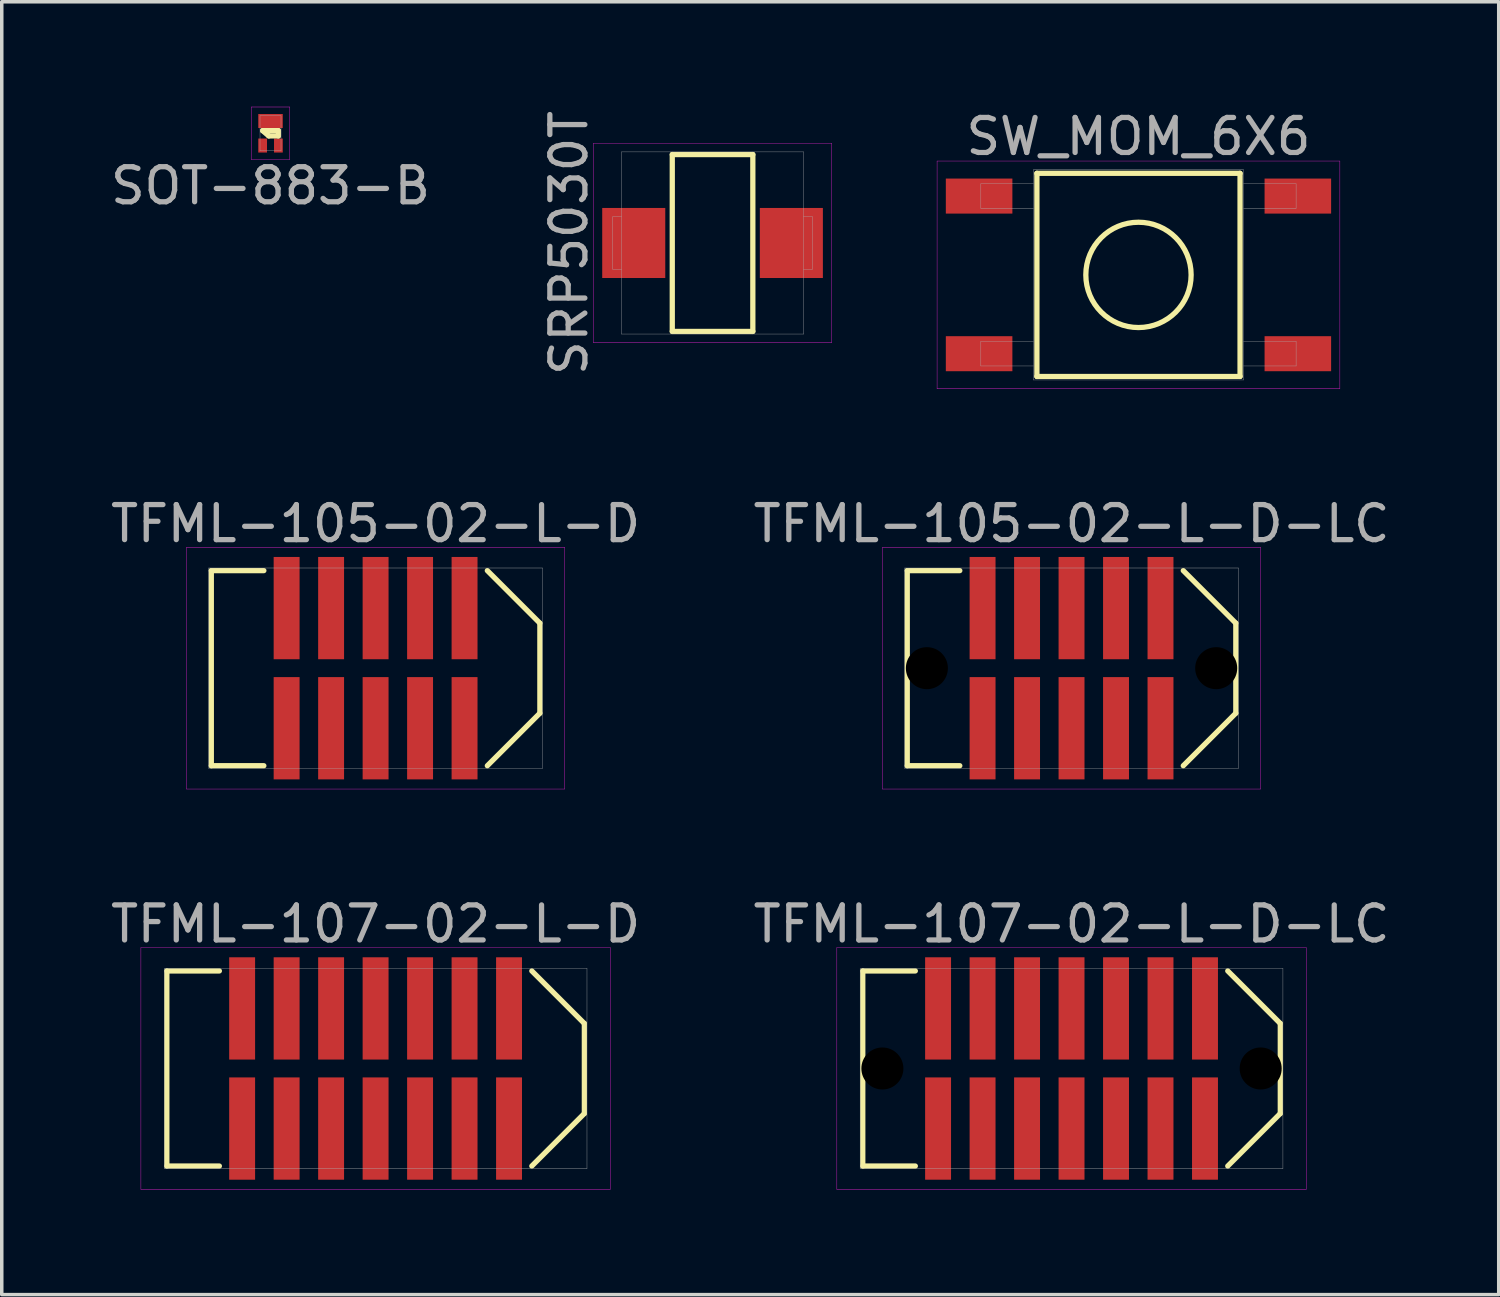
<source format=kicad_pcb>
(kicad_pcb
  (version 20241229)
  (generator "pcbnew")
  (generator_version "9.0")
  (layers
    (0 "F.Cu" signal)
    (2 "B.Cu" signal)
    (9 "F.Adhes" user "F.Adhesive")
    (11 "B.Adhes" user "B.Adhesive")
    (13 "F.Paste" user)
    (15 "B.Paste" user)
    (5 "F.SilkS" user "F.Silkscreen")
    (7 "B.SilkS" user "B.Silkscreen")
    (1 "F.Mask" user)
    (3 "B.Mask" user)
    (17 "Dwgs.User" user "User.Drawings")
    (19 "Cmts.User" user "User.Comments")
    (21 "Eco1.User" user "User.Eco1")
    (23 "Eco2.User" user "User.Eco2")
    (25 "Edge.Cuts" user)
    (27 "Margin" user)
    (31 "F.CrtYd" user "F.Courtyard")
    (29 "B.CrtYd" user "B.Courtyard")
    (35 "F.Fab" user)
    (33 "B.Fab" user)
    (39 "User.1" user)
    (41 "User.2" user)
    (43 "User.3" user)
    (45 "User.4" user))
  (footprint "SRP5030T"
    (layer "F.Cu")
    (at 17.293 3.887)
    (property "Reference" "SRP5030T" (at -4.1 0 90) (layer "F.Fab") (effects (font (size 1 1) (thickness 0.15))))
    (attr smd)
    (fp_line (start -1.15 -2.525) (end 1.15 -2.525) (stroke (width 0.15) (type solid)) (layer "F.SilkS"))
    (fp_line (start -1.15 2.525) (end -1.15 -2.525) (stroke (width 0.15) (type solid)) (layer "F.SilkS"))
    (fp_line (start 1.15 -2.525) (end 1.15 2.525) (stroke (width 0.15) (type solid)) (layer "F.SilkS"))
    (fp_line (start 1.15 2.525) (end -1.15 2.525) (stroke (width 0.15) (type solid)) (layer "F.SilkS"))
    (fp_line (start -3.4 -2.85) (end 3.4 -2.85) (stroke (width 0.01) (type solid)) (layer "F.CrtYd"))
    (fp_line (start -3.4 2.85) (end -3.4 -2.85) (stroke (width 0.01) (type solid)) (layer "F.CrtYd"))
    (fp_line (start 3.4 -2.85) (end 3.4 2.85) (stroke (width 0.01) (type solid)) (layer "F.CrtYd"))
    (fp_line (start 3.4 2.85) (end -3.4 2.85) (stroke (width 0.01) (type solid)) (layer "F.CrtYd"))
    (fp_line (start -2.85 -0.75) (end -2.85 0.75) (stroke (width 0.01) (type solid)) (layer "F.Fab"))
    (fp_line (start -2.85 -0.75) (end -2.6 -0.75) (stroke (width 0.01) (type solid)) (layer "F.Fab"))
    (fp_line (start -2.85 0.75) (end -2.6 0.75) (stroke (width 0.01) (type solid)) (layer "F.Fab"))
    (fp_line (start -2.6 -2.6) (end 2.6 -2.6) (stroke (width 0.01) (type solid)) (layer "F.Fab"))
    (fp_line (start -2.6 2.6) (end -2.6 -2.6) (stroke (width 0.01) (type solid)) (layer "F.Fab"))
    (fp_line (start 2.6 -2.6) (end 2.6 2.6) (stroke (width 0.01) (type solid)) (layer "F.Fab"))
    (fp_line (start 2.6 2.6) (end -2.6 2.6) (stroke (width 0.01) (type solid)) (layer "F.Fab"))
    (fp_line (start 2.85 -0.75) (end 2.6 -0.75) (stroke (width 0.01) (type solid)) (layer "F.Fab"))
    (fp_line (start 2.85 -0.75) (end 2.85 0.75) (stroke (width 0.01) (type solid)) (layer "F.Fab"))
    (fp_line (start 2.85 0.75) (end 2.6 0.75) (stroke (width 0.01) (type solid)) (layer "F.Fab"))
    (pad "1" smd rect (at -2.25 0) (size 1.8 2) (layers "F.Cu" "F.Mask" "F.Paste"))
    (pad "2" smd rect (at 2.25 0) (size 1.8 2) (layers "F.Cu" "F.Mask" "F.Paste")))
  (footprint "SOT-883-B"
    (layer "F.Cu")
    (at 4.673 0.755)
    (property "Reference" "SOT-883-B" (at 0 1.5 0) (layer "F.Fab") (effects (font (size 1 1) (thickness 0.15))))
    (attr through_hole)
    (fp_line (start -0.225 -0.075) (end -0.05 0.075) (stroke (width 0.15) (type solid)) (layer "F.SilkS"))
    (fp_line (start -0.05 0.075) (end 0.225 0.075) (stroke (width 0.15) (type solid)) (layer "F.SilkS"))
    (fp_line (start 0.225 -0.075) (end -0.225 -0.075) (stroke (width 0.15) (type solid)) (layer "F.SilkS"))
    (fp_line (start 0.225 0.075) (end 0.225 -0.075) (stroke (width 0.15) (type solid)) (layer "F.SilkS"))
    (fp_line (start -0.55 -0.75) (end 0.55 -0.75) (stroke (width 0.01) (type solid)) (layer "F.CrtYd"))
    (fp_line (start -0.55 0.75) (end -0.55 -0.75) (stroke (width 0.01) (type solid)) (layer "F.CrtYd"))
    (fp_line (start 0.55 -0.75) (end 0.55 0.75) (stroke (width 0.01) (type solid)) (layer "F.CrtYd"))
    (fp_line (start 0.55 0.75) (end -0.55 0.75) (stroke (width 0.01) (type solid)) (layer "F.CrtYd"))
    (fp_line (start -0.3 -0.5) (end 0.3 -0.5) (stroke (width 0.01) (type solid)) (layer "F.Fab"))
    (fp_line (start -0.3 0.5) (end -0.3 -0.5) (stroke (width 0.01) (type solid)) (layer "F.Fab"))
    (fp_line (start 0.3 -0.5) (end 0.3 0.5) (stroke (width 0.01) (type solid)) (layer "F.Fab"))
    (fp_line (start 0.3 0.5) (end -0.3 0.5) (stroke (width 0.01) (type solid)) (layer "F.Fab"))
    (pad "D" smd rect (at 0 -0.35) (size 0.7 0.4) (layers "F.Cu" "F.Mask" "F.Paste"))
    (pad "G" smd rect (at -0.225 0.35) (size 0.25 0.4) (layers "F.Cu" "F.Mask" "F.Paste"))
    (pad "S" smd rect (at 0.225 0.35) (size 0.25 0.4) (layers "F.Cu" "F.Mask" "F.Paste")))
  (footprint "TFML-105-02-L-D-LC"
    (layer "F.Cu")
    (at 27.542 16.026)
    (property "Reference" "TFML-105-02-L-D-LC" (at 0 -4.125 0) (layer "F.Fab") (effects (font (size 1 1) (thickness 0.15))))
    (attr smd)
    (fp_line (start -4.69 -2.785) (end -4.69 2.785) (stroke (width 0.15) (type solid)) (layer "F.SilkS"))
    (fp_line (start -4.69 2.785) (end -3.19 2.785) (stroke (width 0.15) (type solid)) (layer "F.SilkS"))
    (fp_line (start -3.19 -2.785) (end -4.69 -2.785) (stroke (width 0.15) (type solid)) (layer "F.SilkS"))
    (fp_line (start 3.19 2.785) (end 4.69 1.285) (stroke (width 0.15) (type solid)) (layer "F.SilkS"))
    (fp_line (start 4.69 -1.285) (end 3.19 -2.785) (stroke (width 0.15) (type solid)) (layer "F.SilkS"))
    (fp_line (start 4.69 1.285) (end 4.69 -1.285) (stroke (width 0.15) (type solid)) (layer "F.SilkS"))
    (fp_line (start -5.4 -3.45) (end 5.4 -3.45) (stroke (width 0.01) (type solid)) (layer "F.CrtYd"))
    (fp_line (start -5.4 3.45) (end -5.4 -3.45) (stroke (width 0.01) (type solid)) (layer "F.CrtYd"))
    (fp_line (start 5.4 -3.45) (end 5.4 3.45) (stroke (width 0.01) (type solid)) (layer "F.CrtYd"))
    (fp_line (start 5.4 3.45) (end -5.4 3.45) (stroke (width 0.01) (type solid)) (layer "F.CrtYd"))
    (fp_line (start -4.765 -2.86) (end 4.765 -2.86) (stroke (width 0.01) (type solid)) (layer "F.Fab"))
    (fp_line (start -4.765 2.86) (end -4.765 -2.86) (stroke (width 0.01) (type solid)) (layer "F.Fab"))
    (fp_line (start 4.765 -2.86) (end 4.765 2.86) (stroke (width 0.01) (type solid)) (layer "F.Fab"))
    (fp_line (start 4.765 2.86) (end -4.765 2.86) (stroke (width 0.01) (type solid)) (layer "F.Fab"))
    (pad "" np_thru_hole circle (at -4.13 0) (size 1.2 1.2) (drill 1.2) (layers "*.Mask"))
    (pad "" np_thru_hole circle (at 4.13 0) (size 1.2 1.2) (drill 1.2) (layers "*.Mask"))
    (pad "1" smd rect (at -2.54 1.715) (size 0.74 2.92) (layers "F.Cu" "F.Mask" "F.Paste"))
    (pad "2" smd rect (at -2.54 -1.715) (size 0.74 2.92) (layers "F.Cu" "F.Mask" "F.Paste"))
    (pad "3" smd rect (at -1.27 1.715) (size 0.74 2.92) (layers "F.Cu" "F.Mask" "F.Paste"))
    (pad "4" smd rect (at -1.27 -1.715) (size 0.74 2.92) (layers "F.Cu" "F.Mask" "F.Paste"))
    (pad "5" smd rect (at 0 1.715) (size 0.74 2.92) (layers "F.Cu" "F.Mask" "F.Paste"))
    (pad "6" smd rect (at 0 -1.715) (size 0.74 2.92) (layers "F.Cu" "F.Mask" "F.Paste"))
    (pad "7" smd rect (at 1.27 1.715) (size 0.74 2.92) (layers "F.Cu" "F.Mask" "F.Paste"))
    (pad "8" smd rect (at 1.27 -1.715) (size 0.74 2.92) (layers "F.Cu" "F.Mask" "F.Paste"))
    (pad "9" smd rect (at 2.54 1.715) (size 0.74 2.92) (layers "F.Cu" "F.Mask" "F.Paste"))
    (pad "10" smd rect (at 2.54 -1.715) (size 0.74 2.92) (layers "F.Cu" "F.Mask" "F.Paste")))
  (footprint "TFML-107-02-L-D-LC"
    (layer "F.Cu")
    (at 27.542 27.455)
    (property "Reference" "TFML-107-02-L-D-LC" (at 0 -4.125 0) (layer "F.Fab") (effects (font (size 1 1) (thickness 0.15))))
    (attr smd)
    (fp_line (start -5.96 -2.785) (end -5.96 2.785) (stroke (width 0.15) (type solid)) (layer "F.SilkS"))
    (fp_line (start -5.96 2.785) (end -4.46 2.785) (stroke (width 0.15) (type solid)) (layer "F.SilkS"))
    (fp_line (start -4.46 -2.785) (end -5.96 -2.785) (stroke (width 0.15) (type solid)) (layer "F.SilkS"))
    (fp_line (start 4.46 2.785) (end 5.96 1.285) (stroke (width 0.15) (type solid)) (layer "F.SilkS"))
    (fp_line (start 5.96 -1.285) (end 4.46 -2.785) (stroke (width 0.15) (type solid)) (layer "F.SilkS"))
    (fp_line (start 5.96 1.285) (end 5.96 -1.285) (stroke (width 0.15) (type solid)) (layer "F.SilkS"))
    (fp_line (start -6.7 -3.45) (end 6.7 -3.45) (stroke (width 0.01) (type solid)) (layer "F.CrtYd"))
    (fp_line (start -6.7 3.45) (end -6.7 -3.45) (stroke (width 0.01) (type solid)) (layer "F.CrtYd"))
    (fp_line (start 6.7 -3.45) (end 6.7 3.45) (stroke (width 0.01) (type solid)) (layer "F.CrtYd"))
    (fp_line (start 6.7 3.45) (end -6.7 3.45) (stroke (width 0.01) (type solid)) (layer "F.CrtYd"))
    (fp_line (start -6.035 -2.86) (end 6.035 -2.86) (stroke (width 0.01) (type solid)) (layer "F.Fab"))
    (fp_line (start -6.035 2.86) (end -6.035 -2.86) (stroke (width 0.01) (type solid)) (layer "F.Fab"))
    (fp_line (start 6.035 -2.86) (end 6.035 2.86) (stroke (width 0.01) (type solid)) (layer "F.Fab"))
    (fp_line (start 6.035 2.86) (end -6.035 2.86) (stroke (width 0.01) (type solid)) (layer "F.Fab"))
    (pad "" np_thru_hole circle (at -5.4 0) (size 1.2 1.2) (drill 1.2) (layers "*.Mask"))
    (pad "" np_thru_hole circle (at 5.4 0) (size 1.2 1.2) (drill 1.2) (layers "*.Mask"))
    (pad "1" smd rect (at -3.81 1.715) (size 0.74 2.92) (layers "F.Cu" "F.Mask" "F.Paste"))
    (pad "2" smd rect (at -3.81 -1.715) (size 0.74 2.92) (layers "F.Cu" "F.Mask" "F.Paste"))
    (pad "3" smd rect (at -2.54 1.715) (size 0.74 2.92) (layers "F.Cu" "F.Mask" "F.Paste"))
    (pad "4" smd rect (at -2.54 -1.715) (size 0.74 2.92) (layers "F.Cu" "F.Mask" "F.Paste"))
    (pad "5" smd rect (at -1.27 1.715) (size 0.74 2.92) (layers "F.Cu" "F.Mask" "F.Paste"))
    (pad "6" smd rect (at -1.27 -1.715) (size 0.74 2.92) (layers "F.Cu" "F.Mask" "F.Paste"))
    (pad "7" smd rect (at 0 1.715) (size 0.74 2.92) (layers "F.Cu" "F.Mask" "F.Paste"))
    (pad "8" smd rect (at 0 -1.715) (size 0.74 2.92) (layers "F.Cu" "F.Mask" "F.Paste"))
    (pad "9" smd rect (at 1.27 1.715) (size 0.74 2.92) (layers "F.Cu" "F.Mask" "F.Paste"))
    (pad "10" smd rect (at 1.27 -1.715) (size 0.74 2.92) (layers "F.Cu" "F.Mask" "F.Paste"))
    (pad "11" smd rect (at 2.54 1.715) (size 0.74 2.92) (layers "F.Cu" "F.Mask" "F.Paste"))
    (pad "12" smd rect (at 2.54 -1.715) (size 0.74 2.92) (layers "F.Cu" "F.Mask" "F.Paste"))
    (pad "13" smd rect (at 3.81 1.715) (size 0.74 2.92) (layers "F.Cu" "F.Mask" "F.Paste"))
    (pad "14" smd rect (at 3.81 -1.715) (size 0.74 2.92) (layers "F.Cu" "F.Mask" "F.Paste")))
  (footprint "TFML-105-02-L-D"
    (layer "F.Cu")
    (at 7.673 16.026)
    (property "Reference" "TFML-105-02-L-D" (at 0 -4.125 0) (layer "F.Fab") (effects (font (size 1 1) (thickness 0.15))))
    (attr smd)
    (fp_line (start -4.69 -2.785) (end -4.69 2.785) (stroke (width 0.15) (type solid)) (layer "F.SilkS"))
    (fp_line (start -4.69 2.785) (end -3.19 2.785) (stroke (width 0.15) (type solid)) (layer "F.SilkS"))
    (fp_line (start -3.19 -2.785) (end -4.69 -2.785) (stroke (width 0.15) (type solid)) (layer "F.SilkS"))
    (fp_line (start 3.19 2.785) (end 4.69 1.285) (stroke (width 0.15) (type solid)) (layer "F.SilkS"))
    (fp_line (start 4.69 -1.285) (end 3.19 -2.785) (stroke (width 0.15) (type solid)) (layer "F.SilkS"))
    (fp_line (start 4.69 1.285) (end 4.69 -1.285) (stroke (width 0.15) (type solid)) (layer "F.SilkS"))
    (fp_line (start -5.4 -3.45) (end 5.4 -3.45) (stroke (width 0.01) (type solid)) (layer "F.CrtYd"))
    (fp_line (start -5.4 3.45) (end -5.4 -3.45) (stroke (width 0.01) (type solid)) (layer "F.CrtYd"))
    (fp_line (start 5.4 -3.45) (end 5.4 3.45) (stroke (width 0.01) (type solid)) (layer "F.CrtYd"))
    (fp_line (start 5.4 3.45) (end -5.4 3.45) (stroke (width 0.01) (type solid)) (layer "F.CrtYd"))
    (fp_line (start -4.765 -2.86) (end 4.765 -2.86) (stroke (width 0.01) (type solid)) (layer "F.Fab"))
    (fp_line (start -4.765 2.86) (end -4.765 -2.86) (stroke (width 0.01) (type solid)) (layer "F.Fab"))
    (fp_line (start 4.765 -2.86) (end 4.765 2.86) (stroke (width 0.01) (type solid)) (layer "F.Fab"))
    (fp_line (start 4.765 2.86) (end -4.765 2.86) (stroke (width 0.01) (type solid)) (layer "F.Fab"))
    (pad "1" smd rect (at -2.54 1.715) (size 0.74 2.92) (layers "F.Cu" "F.Mask" "F.Paste"))
    (pad "2" smd rect (at -2.54 -1.715) (size 0.74 2.92) (layers "F.Cu" "F.Mask" "F.Paste"))
    (pad "3" smd rect (at -1.27 1.715) (size 0.74 2.92) (layers "F.Cu" "F.Mask" "F.Paste"))
    (pad "4" smd rect (at -1.27 -1.715) (size 0.74 2.92) (layers "F.Cu" "F.Mask" "F.Paste"))
    (pad "5" smd rect (at 0 1.715) (size 0.74 2.92) (layers "F.Cu" "F.Mask" "F.Paste"))
    (pad "6" smd rect (at 0 -1.715) (size 0.74 2.92) (layers "F.Cu" "F.Mask" "F.Paste"))
    (pad "7" smd rect (at 1.27 1.715) (size 0.74 2.92) (layers "F.Cu" "F.Mask" "F.Paste"))
    (pad "8" smd rect (at 1.27 -1.715) (size 0.74 2.92) (layers "F.Cu" "F.Mask" "F.Paste"))
    (pad "9" smd rect (at 2.54 1.715) (size 0.74 2.92) (layers "F.Cu" "F.Mask" "F.Paste"))
    (pad "10" smd rect (at 2.54 -1.715) (size 0.74 2.92) (layers "F.Cu" "F.Mask" "F.Paste")))
  (footprint "SW_MOM_6X6"
    (layer "F.Cu")
    (at 29.453 4.798)
    (property "Reference" "SW_MOM_6X6" (at 0 -3.95 0) (layer "F.Fab") (effects (font (size 1 1) (thickness 0.15))))
    (attr through_hole)
    (fp_line (start -2.9 -2.9) (end -2.9 2.9) (stroke (width 0.15) (type solid)) (layer "F.SilkS"))
    (fp_line (start -2.9 2.9) (end 2.9 2.9) (stroke (width 0.15) (type solid)) (layer "F.SilkS"))
    (fp_line (start 2.9 -2.9) (end -2.9 -2.9) (stroke (width 0.15) (type solid)) (layer "F.SilkS"))
    (fp_line (start 2.9 2.9) (end 2.9 -2.9) (stroke (width 0.15) (type solid)) (layer "F.SilkS"))
    (fp_circle (center 0 0) (end 1.5 -0.1) (stroke (width 0.15) (type solid)) (fill no) (layer "F.SilkS"))
    (fp_line (start -5.75 -3.25) (end 5.75 -3.25) (stroke (width 0.01) (type solid)) (layer "F.CrtYd"))
    (fp_line (start -5.75 3.25) (end -5.75 -3.25) (stroke (width 0.01) (type solid)) (layer "F.CrtYd"))
    (fp_line (start 5.75 -3.25) (end 5.75 3.25) (stroke (width 0.01) (type solid)) (layer "F.CrtYd"))
    (fp_line (start 5.75 3.25) (end -5.75 3.25) (stroke (width 0.01) (type solid)) (layer "F.CrtYd"))
    (fp_line (start -4.5 -2.6) (end -3 -2.6) (stroke (width 0.01) (type solid)) (layer "F.Fab"))
    (fp_line (start -4.5 -1.9) (end -4.5 -2.6) (stroke (width 0.01) (type solid)) (layer "F.Fab"))
    (fp_line (start -4.5 1.9) (end -3 1.9) (stroke (width 0.01) (type solid)) (layer "F.Fab"))
    (fp_line (start -4.5 2.6) (end -4.5 1.9) (stroke (width 0.01) (type solid)) (layer "F.Fab"))
    (fp_line (start -3 -3) (end 3 -3) (stroke (width 0.01) (type solid)) (layer "F.Fab"))
    (fp_line (start -3 -1.9) (end -4.5 -1.9) (stroke (width 0.01) (type solid)) (layer "F.Fab"))
    (fp_line (start -3 2.6) (end -4.5 2.6) (stroke (width 0.01) (type solid)) (layer "F.Fab"))
    (fp_line (start -3 3) (end -3 -3) (stroke (width 0.01) (type solid)) (layer "F.Fab"))
    (fp_line (start 3 -3) (end 3 3) (stroke (width 0.01) (type solid)) (layer "F.Fab"))
    (fp_line (start 3 -2.6) (end 4.5 -2.6) (stroke (width 0.01) (type solid)) (layer "F.Fab"))
    (fp_line (start 3 1.9) (end 4.5 1.9) (stroke (width 0.01) (type solid)) (layer "F.Fab"))
    (fp_line (start 3 3) (end -3 3) (stroke (width 0.01) (type solid)) (layer "F.Fab"))
    (fp_line (start 4.5 -2.6) (end 4.5 -1.9) (stroke (width 0.01) (type solid)) (layer "F.Fab"))
    (fp_line (start 4.5 -1.9) (end 3 -1.9) (stroke (width 0.01) (type solid)) (layer "F.Fab"))
    (fp_line (start 4.5 1.9) (end 4.5 2.6) (stroke (width 0.01) (type solid)) (layer "F.Fab"))
    (fp_line (start 4.5 2.6) (end 3 2.6) (stroke (width 0.01) (type solid)) (layer "F.Fab"))
    (pad "1" smd rect (at -4.55 -2.25) (size 1.9 1) (layers "F.Cu" "F.Mask" "F.Paste"))
    (pad "1" smd rect (at 4.55 -2.25) (size 1.9 1) (layers "F.Cu" "F.Mask" "F.Paste"))
    (pad "2" smd rect (at -4.55 2.25) (size 1.9 1) (layers "F.Cu" "F.Mask" "F.Paste"))
    (pad "2" smd rect (at 4.55 2.25) (size 1.9 1) (layers "F.Cu" "F.Mask" "F.Paste")))
  (footprint "TFML-107-02-L-D"
    (layer "F.Cu")
    (at 7.673 27.455)
    (property "Reference" "TFML-107-02-L-D" (at 0 -4.125 0) (layer "F.Fab") (effects (font (size 1 1) (thickness 0.15))))
    (attr smd)
    (fp_line (start -5.96 -2.785) (end -5.96 2.785) (stroke (width 0.15) (type solid)) (layer "F.SilkS"))
    (fp_line (start -5.96 2.785) (end -4.46 2.785) (stroke (width 0.15) (type solid)) (layer "F.SilkS"))
    (fp_line (start -4.46 -2.785) (end -5.96 -2.785) (stroke (width 0.15) (type solid)) (layer "F.SilkS"))
    (fp_line (start 4.46 2.785) (end 5.96 1.285) (stroke (width 0.15) (type solid)) (layer "F.SilkS"))
    (fp_line (start 5.96 -1.285) (end 4.46 -2.785) (stroke (width 0.15) (type solid)) (layer "F.SilkS"))
    (fp_line (start 5.96 1.285) (end 5.96 -1.285) (stroke (width 0.15) (type solid)) (layer "F.SilkS"))
    (fp_line (start -6.7 -3.45) (end 6.7 -3.45) (stroke (width 0.01) (type solid)) (layer "F.CrtYd"))
    (fp_line (start -6.7 3.45) (end -6.7 -3.45) (stroke (width 0.01) (type solid)) (layer "F.CrtYd"))
    (fp_line (start 6.7 -3.45) (end 6.7 3.45) (stroke (width 0.01) (type solid)) (layer "F.CrtYd"))
    (fp_line (start 6.7 3.45) (end -6.7 3.45) (stroke (width 0.01) (type solid)) (layer "F.CrtYd"))
    (fp_line (start -6.035 -2.86) (end 6.035 -2.86) (stroke (width 0.01) (type solid)) (layer "F.Fab"))
    (fp_line (start -6.035 2.86) (end -6.035 -2.86) (stroke (width 0.01) (type solid)) (layer "F.Fab"))
    (fp_line (start 6.035 -2.86) (end 6.035 2.86) (stroke (width 0.01) (type solid)) (layer "F.Fab"))
    (fp_line (start 6.035 2.86) (end -6.035 2.86) (stroke (width 0.01) (type solid)) (layer "F.Fab"))
    (pad "1" smd rect (at -3.81 1.715) (size 0.74 2.92) (layers "F.Cu" "F.Mask" "F.Paste"))
    (pad "2" smd rect (at -3.81 -1.715) (size 0.74 2.92) (layers "F.Cu" "F.Mask" "F.Paste"))
    (pad "3" smd rect (at -2.54 1.715) (size 0.74 2.92) (layers "F.Cu" "F.Mask" "F.Paste"))
    (pad "4" smd rect (at -2.54 -1.715) (size 0.74 2.92) (layers "F.Cu" "F.Mask" "F.Paste"))
    (pad "5" smd rect (at -1.27 1.715) (size 0.74 2.92) (layers "F.Cu" "F.Mask" "F.Paste"))
    (pad "6" smd rect (at -1.27 -1.715) (size 0.74 2.92) (layers "F.Cu" "F.Mask" "F.Paste"))
    (pad "7" smd rect (at 0 1.715) (size 0.74 2.92) (layers "F.Cu" "F.Mask" "F.Paste"))
    (pad "8" smd rect (at 0 -1.715) (size 0.74 2.92) (layers "F.Cu" "F.Mask" "F.Paste"))
    (pad "9" smd rect (at 1.27 1.715) (size 0.74 2.92) (layers "F.Cu" "F.Mask" "F.Paste"))
    (pad "10" smd rect (at 1.27 -1.715) (size 0.74 2.92) (layers "F.Cu" "F.Mask" "F.Paste"))
    (pad "11" smd rect (at 2.54 1.715) (size 0.74 2.92) (layers "F.Cu" "F.Mask" "F.Paste"))
    (pad "12" smd rect (at 2.54 -1.715) (size 0.74 2.92) (layers "F.Cu" "F.Mask" "F.Paste"))
    (pad "13" smd rect (at 3.81 1.715) (size 0.74 2.92) (layers "F.Cu" "F.Mask" "F.Paste"))
    (pad "14" smd rect (at 3.81 -1.715) (size 0.74 2.92) (layers "F.Cu" "F.Mask" "F.Paste")))
  (gr_rect
    (start -3 -3)
    (end 39.738 33.91)
    (stroke (width 0.1) (type default))
    (fill no)
    (layer "Edge.Cuts")))
</source>
